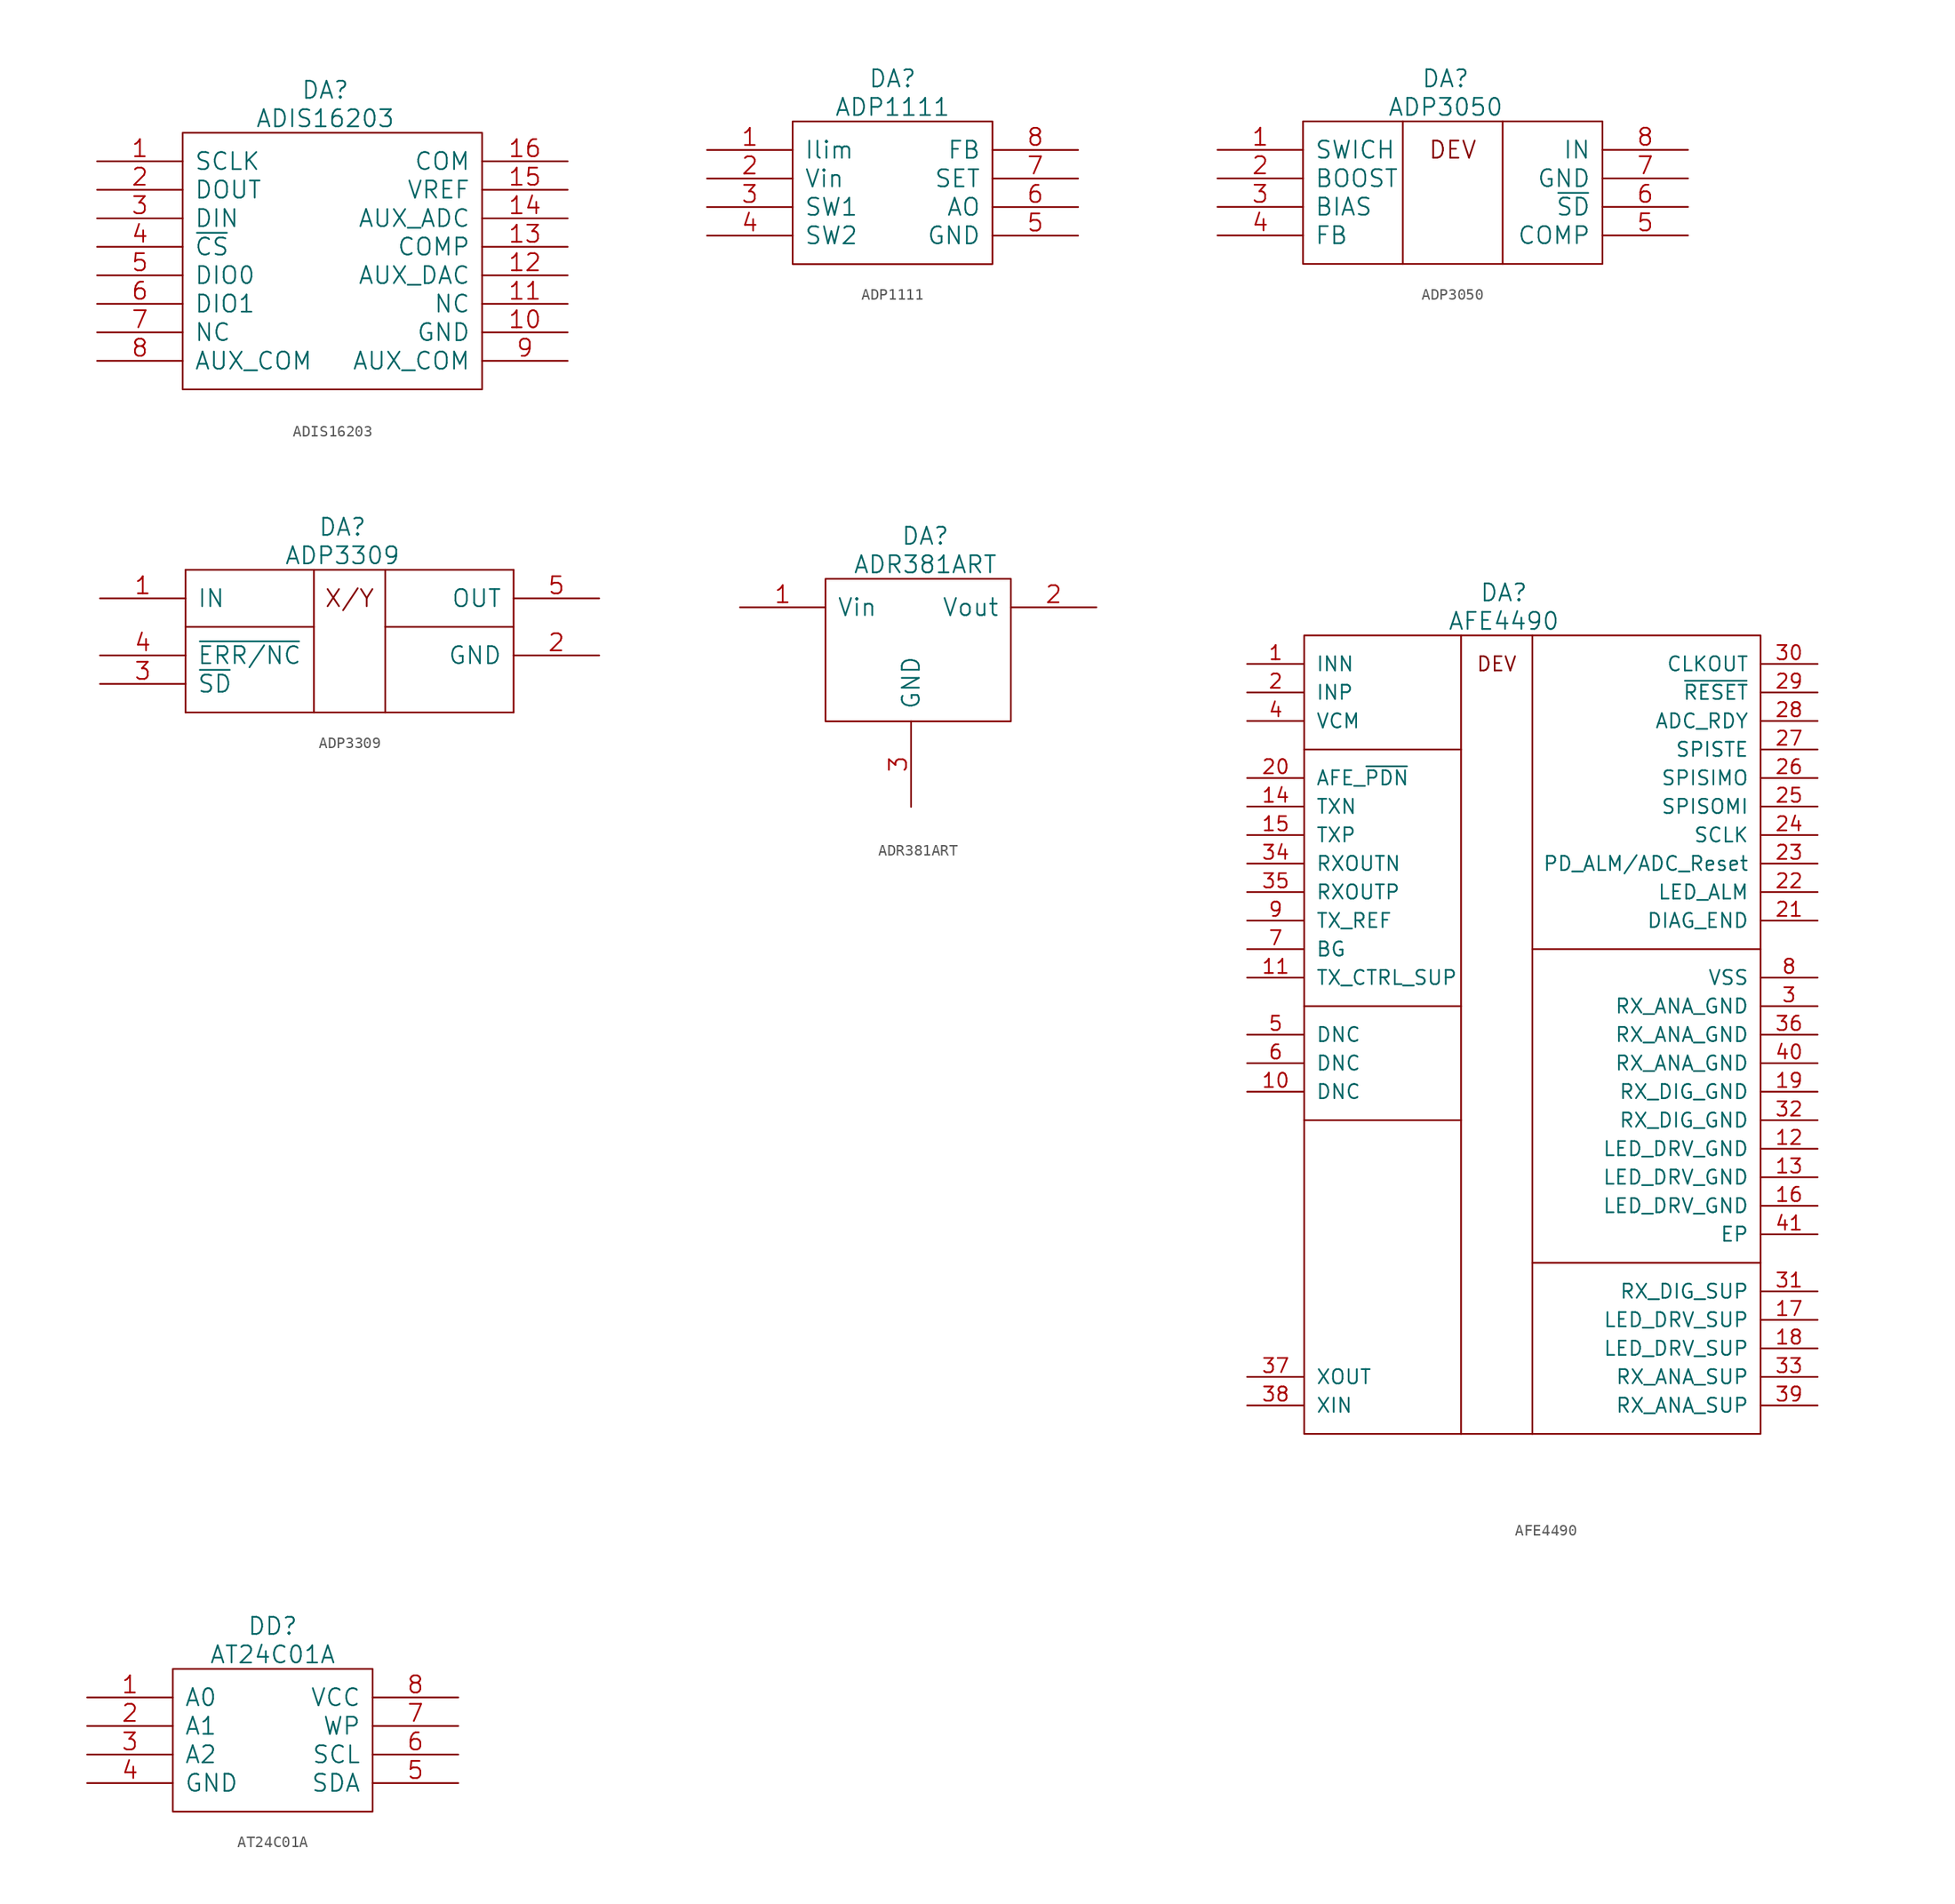
<source format=kicad_sym>
(kicad_symbol_lib
  (version 20211014)
  (generator kicad_symbol_editor)
  (symbol "ADIS16203"
    (pin_names
      (offset 1.016))
    (property "Reference" "DA"
      (at 12.7 3.81 0)
      (effects (font (size 1.524 1.524))))
    (property "Value" "ADIS16203"
      (at 12.7 1.27 0)
      (effects (font (size 1.524 1.524))))
    (property "Footprint" ""
      (at 0 0 0)
      (effects (font (size 1.524 1.524))))
    (property "Datasheet" ""
      (at 0 0 0)
      (effects (font (size 1.524 1.524))))
    (symbol "ADIS16203_0_0"
      (pin input line (at -7.62 -2.54 0) (length 7.62) (name "SCLK" (effects (font (size 1.524 1.524)))) (number "1" (effects (font (size 1.524 1.524)))))
      (pin power_out line (at 34.29 -17.78 180) (length 7.62) (name "GND" (effects (font (size 1.524 1.524)))) (number "10" (effects (font (size 1.524 1.524)))))
      (pin input line (at 34.29 -15.24 180) (length 7.62) (name "NC" (effects (font (size 1.524 1.524)))) (number "11" (effects (font (size 1.524 1.524)))))
      (pin input line (at 34.29 -12.7 180) (length 7.62) (name "AUX_DAC" (effects (font (size 1.524 1.524)))) (number "12" (effects (font (size 1.524 1.524)))))
      (pin input line (at 34.29 -10.16 180) (length 7.62) (name "COMP" (effects (font (size 1.524 1.524)))) (number "13" (effects (font (size 1.524 1.524)))))
      (pin power_out line (at 34.29 -7.62 180) (length 7.62) (name "AUX_ADC" (effects (font (size 1.524 1.524)))) (number "14" (effects (font (size 1.524 1.524)))))
      (pin input line (at 34.29 -5.08 180) (length 7.62) (name "VREF" (effects (font (size 1.524 1.524)))) (number "15" (effects (font (size 1.524 1.524)))))
      (pin input line (at 34.29 -2.54 180) (length 7.62) (name "COM" (effects (font (size 1.524 1.524)))) (number "16" (effects (font (size 1.524 1.524)))))
      (pin input line (at -7.62 -5.08 0) (length 7.62) (name "DOUT" (effects (font (size 1.524 1.524)))) (number "2" (effects (font (size 1.524 1.524)))))
      (pin input line (at -7.62 -7.62 0) (length 7.62) (name "DIN" (effects (font (size 1.524 1.524)))) (number "3" (effects (font (size 1.524 1.524)))))
      (pin input line (at -7.62 -10.16 0) (length 7.62) (name "~{CS}" (effects (font (size 1.524 1.524)))) (number "4" (effects (font (size 1.524 1.524)))))
      (pin input line (at -7.62 -12.7 0) (length 7.62) (name "DIO0" (effects (font (size 1.524 1.524)))) (number "5" (effects (font (size 1.524 1.524)))))
      (pin input line (at -7.62 -15.24 0) (length 7.62) (name "DIO1" (effects (font (size 1.524 1.524)))) (number "6" (effects (font (size 1.524 1.524)))))
      (pin input line (at -7.62 -17.78 0) (length 7.62) (name "NC" (effects (font (size 1.524 1.524)))) (number "7" (effects (font (size 1.524 1.524)))))
      (pin input line (at -7.62 -20.32 0) (length 7.62) (name "AUX_COM" (effects (font (size 1.524 1.524)))) (number "8" (effects (font (size 1.524 1.524)))))
      (pin input line (at 34.29 -20.32 180) (length 7.62) (name "AUX_COM" (effects (font (size 1.524 1.524)))) (number "9" (effects (font (size 1.524 1.524))))))
    (symbol "ADIS16203_0_1"
      (rectangle (start 0 0) (end 26.67 -22.86) (stroke (width 0) (type default) (color 0 0 0 0)) (fill (type none)))))
  (symbol "ADP1111"
    (pin_names
      (offset 1.016))
    (property "Reference" "DA"
      (at 8.89 3.81 0)
      (effects (font (size 1.524 1.524))))
    (property "Value" "ADP1111"
      (at 8.89 1.27 0)
      (effects (font (size 1.524 1.524))))
    (property "Footprint" ""
      (at 0 0 0)
      (effects (font (size 1.524 1.524))))
    (property "Datasheet" ""
      (at 0 0 0)
      (effects (font (size 1.524 1.524))))
    (symbol "ADP1111_0_0"
      (pin input line (at -7.62 -2.54 0) (length 7.62) (name "Ilim" (effects (font (size 1.524 1.524)))) (number "1" (effects (font (size 1.524 1.524)))))
      (pin input line (at -7.62 -5.08 0) (length 7.62) (name "Vin" (effects (font (size 1.524 1.524)))) (number "2" (effects (font (size 1.524 1.524)))))
      (pin input line (at -7.62 -7.62 0) (length 7.62) (name "SW1" (effects (font (size 1.524 1.524)))) (number "3" (effects (font (size 1.524 1.524)))))
      (pin input line (at -7.62 -10.16 0) (length 7.62) (name "SW2" (effects (font (size 1.524 1.524)))) (number "4" (effects (font (size 1.524 1.524)))))
      (pin input line (at 25.4 -10.16 180) (length 7.62) (name "GND" (effects (font (size 1.524 1.524)))) (number "5" (effects (font (size 1.524 1.524)))))
      (pin power_out line (at 25.4 -7.62 180) (length 7.62) (name "AO" (effects (font (size 1.524 1.524)))) (number "6" (effects (font (size 1.524 1.524)))))
      (pin input line (at 25.4 -5.08 180) (length 7.62) (name "SET" (effects (font (size 1.524 1.524)))) (number "7" (effects (font (size 1.524 1.524)))))
      (pin input line (at 25.4 -2.54 180) (length 7.62) (name "FB" (effects (font (size 1.524 1.524)))) (number "8" (effects (font (size 1.524 1.524))))))
    (symbol "ADP1111_0_1"
      (rectangle (start 0 0) (end 17.78 -12.7) (stroke (width 0) (type default) (color 0 0 0 0)) (fill (type none)))))
  (symbol "ADP3050"
    (pin_names
      (offset 1.016))
    (property "Reference" "DA"
      (at 12.7 3.81 0)
      (effects (font (size 1.524 1.524))))
    (property "Value" "ADP3050"
      (at 12.7 1.27 0)
      (effects (font (size 1.524 1.524))))
    (property "Footprint" ""
      (at 0 0 0)
      (effects (font (size 1.524 1.524))))
    (property "Datasheet" ""
      (at 0 0 0)
      (effects (font (size 1.524 1.524))))
    (symbol "ADP3050_0_0"
      (polyline (pts (xy 8.89 0) (xy 8.89 -12.7)) (stroke (width 0) (type default) (color 0 0 0 0)) (fill (type none)))
      (polyline (pts (xy 17.78 0) (xy 17.78 -12.7)) (stroke (width 0) (type default) (color 0 0 0 0)) (fill (type none)))
      (rectangle (start 0 0) (end 26.67 -12.7) (stroke (width 0) (type default) (color 0 0 0 0)) (fill (type none)))
      (text "DEV" (at 13.335 -2.54 0) (effects (font (size 1.524 1.524))))
      (pin input line (at -7.62 -2.54 0) (length 7.62) (name "SWICH" (effects (font (size 1.524 1.524)))) (number "1" (effects (font (size 1.524 1.524)))))
      (pin input line (at -7.62 -5.08 0) (length 7.62) (name "BOOST" (effects (font (size 1.524 1.524)))) (number "2" (effects (font (size 1.524 1.524)))))
      (pin input line (at -7.62 -7.62 0) (length 7.62) (name "BIAS" (effects (font (size 1.524 1.524)))) (number "3" (effects (font (size 1.524 1.524)))))
      (pin input line (at -7.62 -10.16 0) (length 7.62) (name "FB" (effects (font (size 1.524 1.524)))) (number "4" (effects (font (size 1.524 1.524)))))
      (pin input line (at 34.29 -10.16 180) (length 7.62) (name "COMP" (effects (font (size 1.524 1.524)))) (number "5" (effects (font (size 1.524 1.524)))))
      (pin power_out line (at 34.29 -7.62 180) (length 7.62) (name "~{SD}" (effects (font (size 1.524 1.524)))) (number "6" (effects (font (size 1.524 1.524)))))
      (pin input line (at 34.29 -5.08 180) (length 7.62) (name "GND" (effects (font (size 1.524 1.524)))) (number "7" (effects (font (size 1.524 1.524)))))
      (pin input line (at 34.29 -2.54 180) (length 7.62) (name "IN" (effects (font (size 1.524 1.524)))) (number "8" (effects (font (size 1.524 1.524)))))))
  (symbol "ADP3309"
    (pin_names
      (offset 1.016))
    (property "Reference" "DA"
      (at 13.97 3.81 0)
      (effects (font (size 1.524 1.524))))
    (property "Value" "ADP3309"
      (at 13.97 1.27 0)
      (effects (font (size 1.524 1.524))))
    (property "Footprint" ""
      (at 0 0 0)
      (effects (font (size 1.524 1.524))))
    (property "Datasheet" ""
      (at 0 0 0)
      (effects (font (size 1.524 1.524))))
    (symbol "ADP3309_0_0"
      (text "X/Y" (at 14.605 -2.54 0) (effects (font (size 1.524 1.524))))
      (pin input line (at -7.62 -2.54 0) (length 7.62) (name "IN" (effects (font (size 1.524 1.524)))) (number "1" (effects (font (size 1.524 1.524)))))
      (pin input line (at 36.83 -7.62 180) (length 7.62) (name "GND" (effects (font (size 1.524 1.524)))) (number "2" (effects (font (size 1.524 1.524)))))
      (pin input line (at -7.62 -10.16 0) (length 7.62) (name "~{SD}" (effects (font (size 1.524 1.524)))) (number "3" (effects (font (size 1.524 1.524)))))
      (pin input line (at -7.62 -7.62 0) (length 7.62) (name "~{ERR/NC}" (effects (font (size 1.524 1.524)))) (number "4" (effects (font (size 1.524 1.524)))))
      (pin power_out line (at 36.83 -2.54 180) (length 7.62) (name "OUT" (effects (font (size 1.524 1.524)))) (number "5" (effects (font (size 1.524 1.524))))))
    (symbol "ADP3309_0_1"
      (polyline (pts (xy 0 -12.7) (xy 0 0)) (stroke (width 0) (type default) (color 0 0 0 0)) (fill (type none)))
      (polyline (pts (xy 0 -12.7) (xy 29.21 -12.7)) (stroke (width 0) (type default) (color 0 0 0 0)) (fill (type none)))
      (polyline (pts (xy 0 -5.08) (xy 11.43 -5.08)) (stroke (width 0) (type default) (color 0 0 0 0)) (fill (type none)))
      (polyline (pts (xy 0 0) (xy 29.21 0)) (stroke (width 0) (type default) (color 0 0 0 0)) (fill (type none)))
      (polyline (pts (xy 11.43 -12.7) (xy 11.43 0)) (stroke (width 0) (type default) (color 0 0 0 0)) (fill (type none)))
      (polyline (pts (xy 17.78 -12.7) (xy 17.78 0)) (stroke (width 0) (type default) (color 0 0 0 0)) (fill (type none)))
      (polyline (pts (xy 29.21 -12.7) (xy 29.21 0)) (stroke (width 0) (type default) (color 0 0 0 0)) (fill (type none)))
      (polyline (pts (xy 29.21 -5.08) (xy 17.78 -5.08)) (stroke (width 0) (type default) (color 0 0 0 0)) (fill (type none)))))
  (symbol "ADR381ART"
    (pin_names
      (offset 1.016))
    (property "Reference" "DA"
      (at 8.89 3.81 0)
      (effects (font (size 1.524 1.524))))
    (property "Value" "ADR381ART"
      (at 8.89 1.27 0)
      (effects (font (size 1.524 1.524))))
    (property "Footprint" ""
      (at 0 0 0)
      (effects (font (size 1.524 1.524))))
    (property "Datasheet" ""
      (at 0 0 0)
      (effects (font (size 1.524 1.524))))
    (symbol "ADR381ART_0_0"
      (pin input line (at -7.62 -2.54 0) (length 7.62) (name "Vin" (effects (font (size 1.524 1.524)))) (number "1" (effects (font (size 1.524 1.524)))))
      (pin input line (at 24.13 -2.54 180) (length 7.62) (name "Vout" (effects (font (size 1.524 1.524)))) (number "2" (effects (font (size 1.524 1.524)))))
      (pin input line (at 7.62 -20.32 90) (length 7.62) (name "GND" (effects (font (size 1.524 1.524)))) (number "3" (effects (font (size 1.524 1.524))))))
    (symbol "ADR381ART_0_1"
      (rectangle (start 0 0) (end 16.51 -12.7) (stroke (width 0) (type default) (color 0 0 0 0)) (fill (type none)))))
  (symbol "AFE4490"
    (pin_names
      (offset 1.016))
    (property "Reference" "DA"
      (at 17.78 3.81 0)
      (effects (font (size 1.524 1.524))))
    (property "Value" "AFE4490"
      (at 17.78 1.27 0)
      (effects (font (size 1.524 1.524))))
    (property "Footprint" ""
      (at 48.26 -46.99 0)
      (effects (font (size 1.524 1.524))))
    (property "Datasheet" ""
      (at 48.26 -46.99 0)
      (effects (font (size 1.524 1.524))))
    (symbol "AFE4490_0_0"
      (text "DEV" (at 17.145 -2.54 0) (effects (font (size 1.27 1.27)))))
    (symbol "AFE4490_0_1"
      (polyline (pts (xy 0 -43.18) (xy 13.97 -43.18)) (stroke (width 0) (type default) (color 0 0 0 0)) (fill (type none)))
      (polyline (pts (xy 0 -33.02) (xy 13.97 -33.02)) (stroke (width 0) (type default) (color 0 0 0 0)) (fill (type none)))
      (polyline (pts (xy 0 -10.16) (xy 13.97 -10.16)) (stroke (width 0) (type default) (color 0 0 0 0)) (fill (type none)))
      (polyline (pts (xy 13.97 0) (xy 13.97 -71.12)) (stroke (width 0) (type default) (color 0 0 0 0)) (fill (type none)))
      (polyline (pts (xy 20.32 -71.12) (xy 20.32 0)) (stroke (width 0) (type default) (color 0 0 0 0)) (fill (type none)))
      (polyline (pts (xy 40.64 -55.88) (xy 20.32 -55.88)) (stroke (width 0) (type default) (color 0 0 0 0)) (fill (type none)))
      (polyline (pts (xy 40.64 -27.94) (xy 20.32 -27.94)) (stroke (width 0) (type default) (color 0 0 0 0)) (fill (type none)))
      (rectangle (start 40.64 -71.12) (end 0 0) (stroke (width 0) (type default) (color 0 0 0 0)) (fill (type none))))
    (symbol "AFE4490_1_1"
      (pin input line (at -5.08 -2.54 0) (length 5.08) (name "INN" (effects (font (size 1.27 1.27)))) (number "1" (effects (font (size 1.27 1.27)))))
      (pin passive line (at -5.08 -40.64 0) (length 5.08) (name "DNC" (effects (font (size 1.27 1.27)))) (number "10" (effects (font (size 1.27 1.27)))))
      (pin passive line (at -5.08 -30.48 0) (length 5.08) (name "TX_CTRL_SUP" (effects (font (size 1.27 1.27)))) (number "11" (effects (font (size 1.27 1.27)))))
      (pin passive line (at 45.72 -45.72 180) (length 5.08) (name "LED_DRV_GND" (effects (font (size 1.27 1.27)))) (number "12" (effects (font (size 1.27 1.27)))))
      (pin passive line (at 45.72 -48.26 180) (length 5.08) (name "LED_DRV_GND" (effects (font (size 1.27 1.27)))) (number "13" (effects (font (size 1.27 1.27)))))
      (pin output line (at -5.08 -15.24 0) (length 5.08) (name "TXN" (effects (font (size 1.27 1.27)))) (number "14" (effects (font (size 1.27 1.27)))))
      (pin output line (at -5.08 -17.78 0) (length 5.08) (name "TXP" (effects (font (size 1.27 1.27)))) (number "15" (effects (font (size 1.27 1.27)))))
      (pin passive line (at 45.72 -50.8 180) (length 5.08) (name "LED_DRV_GND" (effects (font (size 1.27 1.27)))) (number "16" (effects (font (size 1.27 1.27)))))
      (pin passive line (at 45.72 -60.96 180) (length 5.08) (name "LED_DRV_SUP" (effects (font (size 1.27 1.27)))) (number "17" (effects (font (size 1.27 1.27)))))
      (pin passive line (at 45.72 -63.5 180) (length 5.08) (name "LED_DRV_SUP" (effects (font (size 1.27 1.27)))) (number "18" (effects (font (size 1.27 1.27)))))
      (pin passive line (at 45.72 -40.64 180) (length 5.08) (name "RX_DIG_GND" (effects (font (size 1.27 1.27)))) (number "19" (effects (font (size 1.27 1.27)))))
      (pin input line (at -5.08 -5.08 0) (length 5.08) (name "INP" (effects (font (size 1.27 1.27)))) (number "2" (effects (font (size 1.27 1.27)))))
      (pin input line (at -5.08 -12.7 0) (length 5.08) (name "AFE_~{PDN}" (effects (font (size 1.27 1.27)))) (number "20" (effects (font (size 1.27 1.27)))))
      (pin output line (at 45.72 -25.4 180) (length 5.08) (name "DIAG_END" (effects (font (size 1.27 1.27)))) (number "21" (effects (font (size 1.27 1.27)))))
      (pin output line (at 45.72 -22.86 180) (length 5.08) (name "LED_ALM" (effects (font (size 1.27 1.27)))) (number "22" (effects (font (size 1.27 1.27)))))
      (pin output line (at 45.72 -20.32 180) (length 5.08) (name "PD_ALM/ADC_Reset" (effects (font (size 1.27 1.27)))) (number "23" (effects (font (size 1.27 1.27)))))
      (pin passive line (at 45.72 -17.78 180) (length 5.08) (name "SCLK" (effects (font (size 1.27 1.27)))) (number "24" (effects (font (size 1.27 1.27)))))
      (pin passive line (at 45.72 -15.24 180) (length 5.08) (name "SPISOMI" (effects (font (size 1.27 1.27)))) (number "25" (effects (font (size 1.27 1.27)))))
      (pin passive line (at 45.72 -12.7 180) (length 5.08) (name "SPISIMO" (effects (font (size 1.27 1.27)))) (number "26" (effects (font (size 1.27 1.27)))))
      (pin passive line (at 45.72 -10.16 180) (length 5.08) (name "SPISTE" (effects (font (size 1.27 1.27)))) (number "27" (effects (font (size 1.27 1.27)))))
      (pin output line (at 45.72 -7.62 180) (length 5.08) (name "ADC_RDY" (effects (font (size 1.27 1.27)))) (number "28" (effects (font (size 1.27 1.27)))))
      (pin input line (at 45.72 -5.08 180) (length 5.08) (name "~{RESET}" (effects (font (size 1.27 1.27)))) (number "29" (effects (font (size 1.27 1.27)))))
      (pin passive line (at 45.72 -33.02 180) (length 5.08) (name "RX_ANA_GND" (effects (font (size 1.27 1.27)))) (number "3" (effects (font (size 1.27 1.27)))))
      (pin output line (at 45.72 -2.54 180) (length 5.08) (name "CLKOUT" (effects (font (size 1.27 1.27)))) (number "30" (effects (font (size 1.27 1.27)))))
      (pin passive line (at 45.72 -58.42 180) (length 5.08) (name "RX_DIG_SUP" (effects (font (size 1.27 1.27)))) (number "31" (effects (font (size 1.27 1.27)))))
      (pin passive line (at 45.72 -43.18 180) (length 5.08) (name "RX_DIG_GND" (effects (font (size 1.27 1.27)))) (number "32" (effects (font (size 1.27 1.27)))))
      (pin passive line (at 45.72 -66.04 180) (length 5.08) (name "RX_ANA_SUP" (effects (font (size 1.27 1.27)))) (number "33" (effects (font (size 1.27 1.27)))))
      (pin input line (at -5.08 -20.32 0) (length 5.08) (name "RXOUTN" (effects (font (size 1.27 1.27)))) (number "34" (effects (font (size 1.27 1.27)))))
      (pin input line (at -5.08 -22.86 0) (length 5.08) (name "RXOUTP" (effects (font (size 1.27 1.27)))) (number "35" (effects (font (size 1.27 1.27)))))
      (pin passive line (at 45.72 -35.56 180) (length 5.08) (name "RX_ANA_GND" (effects (font (size 1.27 1.27)))) (number "36" (effects (font (size 1.27 1.27)))))
      (pin passive line (at -5.08 -66.04 0) (length 5.08) (name "XOUT" (effects (font (size 1.27 1.27)))) (number "37" (effects (font (size 1.27 1.27)))))
      (pin passive line (at -5.08 -68.58 0) (length 5.08) (name "XIN" (effects (font (size 1.27 1.27)))) (number "38" (effects (font (size 1.27 1.27)))))
      (pin passive line (at 45.72 -68.58 180) (length 5.08) (name "RX_ANA_SUP" (effects (font (size 1.27 1.27)))) (number "39" (effects (font (size 1.27 1.27)))))
      (pin input line (at -5.08 -7.62 0) (length 5.08) (name "VCM" (effects (font (size 1.27 1.27)))) (number "4" (effects (font (size 1.27 1.27)))))
      (pin passive line (at 45.72 -38.1 180) (length 5.08) (name "RX_ANA_GND" (effects (font (size 1.27 1.27)))) (number "40" (effects (font (size 1.27 1.27)))))
      (pin passive line (at 45.72 -53.34 180) (length 5.08) (name "EP" (effects (font (size 1.27 1.27)))) (number "41" (effects (font (size 1.27 1.27)))))
      (pin passive line (at -5.08 -35.56 0) (length 5.08) (name "DNC" (effects (font (size 1.27 1.27)))) (number "5" (effects (font (size 1.27 1.27)))))
      (pin passive line (at -5.08 -38.1 0) (length 5.08) (name "DNC" (effects (font (size 1.27 1.27)))) (number "6" (effects (font (size 1.27 1.27)))))
      (pin passive line (at -5.08 -27.94 0) (length 5.08) (name "BG" (effects (font (size 1.27 1.27)))) (number "7" (effects (font (size 1.27 1.27)))))
      (pin passive line (at 45.72 -30.48 180) (length 5.08) (name "VSS" (effects (font (size 1.27 1.27)))) (number "8" (effects (font (size 1.27 1.27)))))
      (pin passive line (at -5.08 -25.4 0) (length 5.08) (name "TX_REF" (effects (font (size 1.27 1.27)))) (number "9" (effects (font (size 1.27 1.27)))))))
  (symbol "AT24C01A"
    (pin_names
      (offset 1.016))
    (property "Reference" "DD"
      (at 8.89 3.81 0)
      (effects (font (size 1.524 1.524))))
    (property "Value" "AT24C01A"
      (at 8.89 1.27 0)
      (effects (font (size 1.524 1.524))))
    (property "Footprint" ""
      (at 0 0 0)
      (effects (font (size 1.524 1.524))))
    (property "Datasheet" ""
      (at 0 0 0)
      (effects (font (size 1.524 1.524))))
    (symbol "AT24C01A_0_0"
      (pin input line (at -7.62 -2.54 0) (length 7.62) (name "A0" (effects (font (size 1.524 1.524)))) (number "1" (effects (font (size 1.524 1.524)))))
      (pin input line (at -7.62 -5.08 0) (length 7.62) (name "A1" (effects (font (size 1.524 1.524)))) (number "2" (effects (font (size 1.524 1.524)))))
      (pin input line (at -7.62 -7.62 0) (length 7.62) (name "A2" (effects (font (size 1.524 1.524)))) (number "3" (effects (font (size 1.524 1.524)))))
      (pin input line (at -7.62 -10.16 0) (length 7.62) (name "GND" (effects (font (size 1.524 1.524)))) (number "4" (effects (font (size 1.524 1.524)))))
      (pin input line (at 25.4 -10.16 180) (length 7.62) (name "SDA" (effects (font (size 1.524 1.524)))) (number "5" (effects (font (size 1.524 1.524)))))
      (pin power_out line (at 25.4 -7.62 180) (length 7.62) (name "SCL" (effects (font (size 1.524 1.524)))) (number "6" (effects (font (size 1.524 1.524)))))
      (pin input line (at 25.4 -5.08 180) (length 7.62) (name "WP" (effects (font (size 1.524 1.524)))) (number "7" (effects (font (size 1.524 1.524)))))
      (pin input line (at 25.4 -2.54 180) (length 7.62) (name "VCC" (effects (font (size 1.524 1.524)))) (number "8" (effects (font (size 1.524 1.524))))))
    (symbol "AT24C01A_0_1"
      (rectangle (start 0 0) (end 17.78 -12.7) (stroke (width 0) (type default) (color 0 0 0 0)) (fill (type none))))))
</source>
